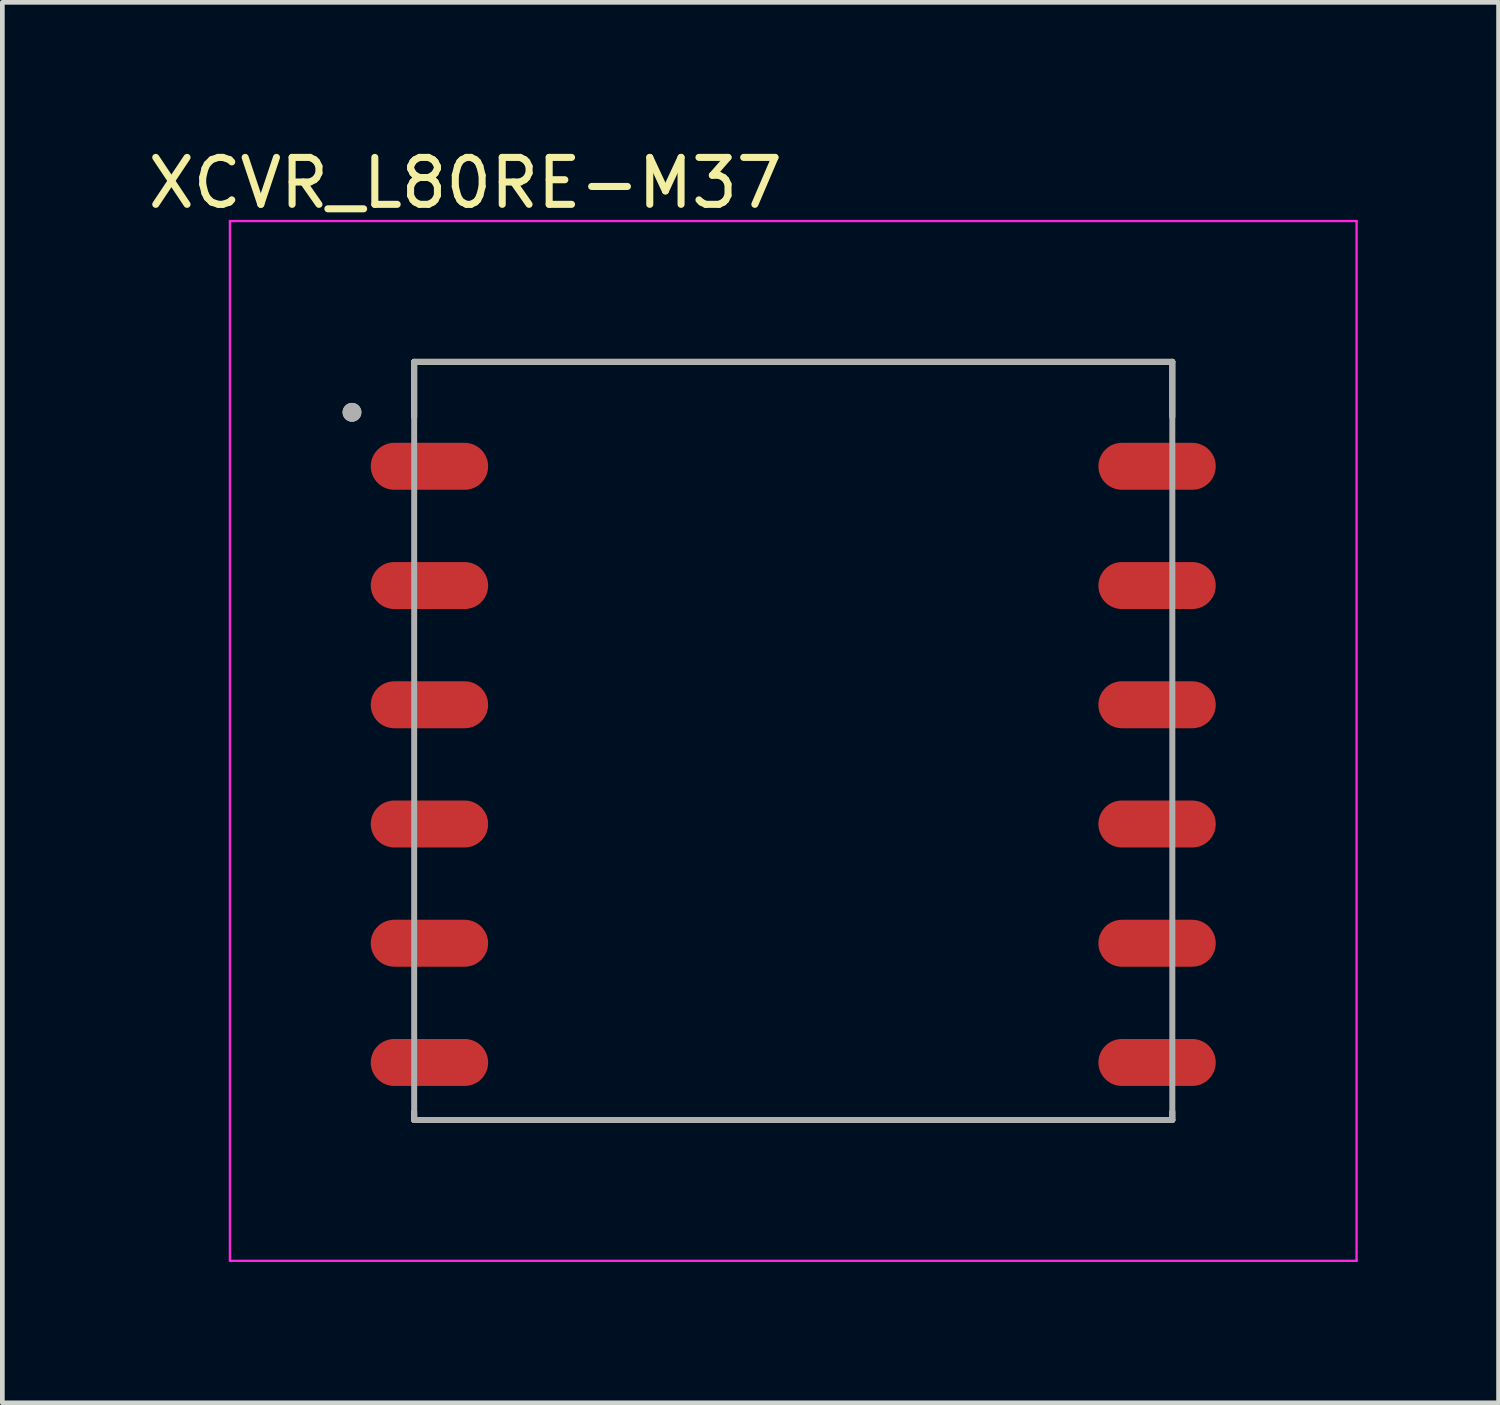
<source format=kicad_pcb>
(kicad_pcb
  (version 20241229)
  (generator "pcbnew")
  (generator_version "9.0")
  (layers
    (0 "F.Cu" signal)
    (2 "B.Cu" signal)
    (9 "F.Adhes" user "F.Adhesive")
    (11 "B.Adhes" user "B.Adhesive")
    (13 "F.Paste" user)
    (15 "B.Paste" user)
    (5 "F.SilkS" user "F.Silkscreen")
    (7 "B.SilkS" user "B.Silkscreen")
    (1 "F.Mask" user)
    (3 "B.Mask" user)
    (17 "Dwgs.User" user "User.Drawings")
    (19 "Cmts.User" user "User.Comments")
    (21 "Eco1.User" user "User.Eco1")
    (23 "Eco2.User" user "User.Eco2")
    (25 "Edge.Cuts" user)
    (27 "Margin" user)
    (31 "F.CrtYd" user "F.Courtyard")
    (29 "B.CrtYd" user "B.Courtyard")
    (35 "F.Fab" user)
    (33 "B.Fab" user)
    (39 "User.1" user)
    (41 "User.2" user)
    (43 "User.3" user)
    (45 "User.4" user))
  (footprint "XCVR_L80RE-M37"
    (layer "F.Cu")
    (at 13.848 13.233)
    (property "Reference" "XCVR_L80RE-M37" (at -6.985 -12.385 0) (layer "F.SilkS") (effects (font (size 1 1) (thickness 0.15))))
    (attr smd)
    (fp_line (start -8.075 -8.575) (end -8.075 -7.4) (stroke (width 0.127) (type solid)) (layer "F.SilkS"))
    (fp_line (start -8.075 -8.575) (end 8.075 -8.575) (stroke (width 0.127) (type solid)) (layer "F.SilkS"))
    (fp_line (start -8.075 7.575) (end -8.075 7.4) (stroke (width 0.127) (type solid)) (layer "F.SilkS"))
    (fp_line (start 8.075 -8.575) (end 8.075 -7.4) (stroke (width 0.127) (type solid)) (layer "F.SilkS"))
    (fp_line (start 8.075 7.575) (end -8.075 7.575) (stroke (width 0.127) (type solid)) (layer "F.SilkS"))
    (fp_line (start 8.075 7.575) (end 8.075 7.4) (stroke (width 0.127) (type solid)) (layer "F.SilkS"))
    (fp_circle (center -9.4 -7.5) (end -9.3 -7.5) (stroke (width 0.2) (type solid)) (fill no) (layer "F.SilkS"))
    (fp_poly (pts (xy -8 -6.85) (xy -7.1 -6.85) (xy -7.048 -6.847) (xy -6.996 -6.839) (xy -6.945 -6.826) (xy -6.897 -6.807) (xy -6.85 -6.783) (xy -6.806 -6.755) (xy -6.765 -6.722) (xy -6.728 -6.685) (xy -6.695 -6.644) (xy -6.667 -6.6) (xy -6.643 -6.553) (xy -6.624 -6.505) (xy -6.611 -6.454) (xy -6.603 -6.402) (xy -6.6 -6.35) (xy -6.603 -6.298) (xy -6.611 -6.246) (xy -6.624 -6.195) (xy -6.643 -6.147) (xy -6.667 -6.1) (xy -6.695 -6.056) (xy -6.728 -6.015) (xy -6.765 -5.978) (xy -6.806 -5.945) (xy -6.85 -5.917) (xy -6.897 -5.893) (xy -6.945 -5.874) (xy -6.996 -5.861) (xy -7.048 -5.853) (xy -7.1 -5.85) (xy -8.9 -5.85) (xy -8.952 -5.853) (xy -9.004 -5.861) (xy -9.055 -5.874) (xy -9.103 -5.893) (xy -9.15 -5.917) (xy -9.194 -5.945) (xy -9.235 -5.978) (xy -9.272 -6.015) (xy -9.305 -6.056) (xy -9.333 -6.1) (xy -9.357 -6.147) (xy -9.376 -6.195) (xy -9.389 -6.246) (xy -9.397 -6.298) (xy -9.4 -6.35) (xy -9.397 -6.402) (xy -9.389 -6.454) (xy -9.376 -6.505) (xy -9.357 -6.553) (xy -9.333 -6.6) (xy -9.305 -6.644) (xy -9.272 -6.685) (xy -9.235 -6.722) (xy -9.194 -6.755) (xy -9.15 -6.783) (xy -9.103 -6.807) (xy -9.055 -6.826) (xy -9.004 -6.839) (xy -8.952 -6.847) (xy -8.9 -6.85) (xy -8 -6.85)) (stroke (width 0.0001) (type solid)) (fill yes) (layer "F.Paste"))
    (fp_poly (pts (xy -8 -4.31) (xy -7.1 -4.31) (xy -7.048 -4.307) (xy -6.996 -4.299) (xy -6.945 -4.286) (xy -6.897 -4.267) (xy -6.85 -4.243) (xy -6.806 -4.215) (xy -6.765 -4.182) (xy -6.728 -4.145) (xy -6.695 -4.104) (xy -6.667 -4.06) (xy -6.643 -4.013) (xy -6.624 -3.965) (xy -6.611 -3.914) (xy -6.603 -3.862) (xy -6.6 -3.81) (xy -6.603 -3.758) (xy -6.611 -3.706) (xy -6.624 -3.655) (xy -6.643 -3.607) (xy -6.667 -3.56) (xy -6.695 -3.516) (xy -6.728 -3.475) (xy -6.765 -3.438) (xy -6.806 -3.405) (xy -6.85 -3.377) (xy -6.897 -3.353) (xy -6.945 -3.334) (xy -6.996 -3.321) (xy -7.048 -3.313) (xy -7.1 -3.31) (xy -8.9 -3.31) (xy -8.952 -3.313) (xy -9.004 -3.321) (xy -9.055 -3.334) (xy -9.103 -3.353) (xy -9.15 -3.377) (xy -9.194 -3.405) (xy -9.235 -3.438) (xy -9.272 -3.475) (xy -9.305 -3.516) (xy -9.333 -3.56) (xy -9.357 -3.607) (xy -9.376 -3.655) (xy -9.389 -3.706) (xy -9.397 -3.758) (xy -9.4 -3.81) (xy -9.397 -3.862) (xy -9.389 -3.914) (xy -9.376 -3.965) (xy -9.357 -4.013) (xy -9.333 -4.06) (xy -9.305 -4.104) (xy -9.272 -4.145) (xy -9.235 -4.182) (xy -9.194 -4.215) (xy -9.15 -4.243) (xy -9.103 -4.267) (xy -9.055 -4.286) (xy -9.004 -4.299) (xy -8.952 -4.307) (xy -8.9 -4.31) (xy -8 -4.31)) (stroke (width 0.0001) (type solid)) (fill yes) (layer "F.Paste"))
    (fp_poly (pts (xy -8 -1.77) (xy -7.1 -1.77) (xy -7.048 -1.767) (xy -6.996 -1.759) (xy -6.945 -1.746) (xy -6.897 -1.727) (xy -6.85 -1.703) (xy -6.806 -1.675) (xy -6.765 -1.642) (xy -6.728 -1.605) (xy -6.695 -1.564) (xy -6.667 -1.52) (xy -6.643 -1.473) (xy -6.624 -1.425) (xy -6.611 -1.374) (xy -6.603 -1.322) (xy -6.6 -1.27) (xy -6.603 -1.218) (xy -6.611 -1.166) (xy -6.624 -1.115) (xy -6.643 -1.067) (xy -6.667 -1.02) (xy -6.695 -0.976) (xy -6.728 -0.935) (xy -6.765 -0.898) (xy -6.806 -0.865) (xy -6.85 -0.837) (xy -6.897 -0.813) (xy -6.945 -0.794) (xy -6.996 -0.781) (xy -7.048 -0.773) (xy -7.1 -0.77) (xy -8.9 -0.77) (xy -8.952 -0.773) (xy -9.004 -0.781) (xy -9.055 -0.794) (xy -9.103 -0.813) (xy -9.15 -0.837) (xy -9.194 -0.865) (xy -9.235 -0.898) (xy -9.272 -0.935) (xy -9.305 -0.976) (xy -9.333 -1.02) (xy -9.357 -1.067) (xy -9.376 -1.115) (xy -9.389 -1.166) (xy -9.397 -1.218) (xy -9.4 -1.27) (xy -9.397 -1.322) (xy -9.389 -1.374) (xy -9.376 -1.425) (xy -9.357 -1.473) (xy -9.333 -1.52) (xy -9.305 -1.564) (xy -9.272 -1.605) (xy -9.235 -1.642) (xy -9.194 -1.675) (xy -9.15 -1.703) (xy -9.103 -1.727) (xy -9.055 -1.746) (xy -9.004 -1.759) (xy -8.952 -1.767) (xy -8.9 -1.77) (xy -8 -1.77)) (stroke (width 0.0001) (type solid)) (fill yes) (layer "F.Paste"))
    (fp_poly (pts (xy -8 0.77) (xy -7.1 0.77) (xy -7.048 0.773) (xy -6.996 0.781) (xy -6.945 0.794) (xy -6.897 0.813) (xy -6.85 0.837) (xy -6.806 0.865) (xy -6.765 0.898) (xy -6.728 0.935) (xy -6.695 0.976) (xy -6.667 1.02) (xy -6.643 1.067) (xy -6.624 1.115) (xy -6.611 1.166) (xy -6.603 1.218) (xy -6.6 1.27) (xy -6.603 1.322) (xy -6.611 1.374) (xy -6.624 1.425) (xy -6.643 1.473) (xy -6.667 1.52) (xy -6.695 1.564) (xy -6.728 1.605) (xy -6.765 1.642) (xy -6.806 1.675) (xy -6.85 1.703) (xy -6.897 1.727) (xy -6.945 1.746) (xy -6.996 1.759) (xy -7.048 1.767) (xy -7.1 1.77) (xy -8.9 1.77) (xy -8.952 1.767) (xy -9.004 1.759) (xy -9.055 1.746) (xy -9.103 1.727) (xy -9.15 1.703) (xy -9.194 1.675) (xy -9.235 1.642) (xy -9.272 1.605) (xy -9.305 1.564) (xy -9.333 1.52) (xy -9.357 1.473) (xy -9.376 1.425) (xy -9.389 1.374) (xy -9.397 1.322) (xy -9.4 1.27) (xy -9.397 1.218) (xy -9.389 1.166) (xy -9.376 1.115) (xy -9.357 1.067) (xy -9.333 1.02) (xy -9.305 0.976) (xy -9.272 0.935) (xy -9.235 0.898) (xy -9.194 0.865) (xy -9.15 0.837) (xy -9.103 0.813) (xy -9.055 0.794) (xy -9.004 0.781) (xy -8.952 0.773) (xy -8.9 0.77) (xy -8 0.77)) (stroke (width 0.0001) (type solid)) (fill yes) (layer "F.Paste"))
    (fp_poly (pts (xy -8 3.31) (xy -7.1 3.31) (xy -7.048 3.313) (xy -6.996 3.321) (xy -6.945 3.334) (xy -6.897 3.353) (xy -6.85 3.377) (xy -6.806 3.405) (xy -6.765 3.438) (xy -6.728 3.475) (xy -6.695 3.516) (xy -6.667 3.56) (xy -6.643 3.607) (xy -6.624 3.655) (xy -6.611 3.706) (xy -6.603 3.758) (xy -6.6 3.81) (xy -6.603 3.862) (xy -6.611 3.914) (xy -6.624 3.965) (xy -6.643 4.013) (xy -6.667 4.06) (xy -6.695 4.104) (xy -6.728 4.145) (xy -6.765 4.182) (xy -6.806 4.215) (xy -6.85 4.243) (xy -6.897 4.267) (xy -6.945 4.286) (xy -6.996 4.299) (xy -7.048 4.307) (xy -7.1 4.31) (xy -8.9 4.31) (xy -8.952 4.307) (xy -9.004 4.299) (xy -9.055 4.286) (xy -9.103 4.267) (xy -9.15 4.243) (xy -9.194 4.215) (xy -9.235 4.182) (xy -9.272 4.145) (xy -9.305 4.104) (xy -9.333 4.06) (xy -9.357 4.013) (xy -9.376 3.965) (xy -9.389 3.914) (xy -9.397 3.862) (xy -9.4 3.81) (xy -9.397 3.758) (xy -9.389 3.706) (xy -9.376 3.655) (xy -9.357 3.607) (xy -9.333 3.56) (xy -9.305 3.516) (xy -9.272 3.475) (xy -9.235 3.438) (xy -9.194 3.405) (xy -9.15 3.377) (xy -9.103 3.353) (xy -9.055 3.334) (xy -9.004 3.321) (xy -8.952 3.313) (xy -8.9 3.31) (xy -8 3.31)) (stroke (width 0.0001) (type solid)) (fill yes) (layer "F.Paste"))
    (fp_poly (pts (xy -8 5.85) (xy -7.1 5.85) (xy -7.048 5.853) (xy -6.996 5.861) (xy -6.945 5.874) (xy -6.897 5.893) (xy -6.85 5.917) (xy -6.806 5.945) (xy -6.765 5.978) (xy -6.728 6.015) (xy -6.695 6.056) (xy -6.667 6.1) (xy -6.643 6.147) (xy -6.624 6.195) (xy -6.611 6.246) (xy -6.603 6.298) (xy -6.6 6.35) (xy -6.603 6.402) (xy -6.611 6.454) (xy -6.624 6.505) (xy -6.643 6.553) (xy -6.667 6.6) (xy -6.695 6.644) (xy -6.728 6.685) (xy -6.765 6.722) (xy -6.806 6.755) (xy -6.85 6.783) (xy -6.897 6.807) (xy -6.945 6.826) (xy -6.996 6.839) (xy -7.048 6.847) (xy -7.1 6.85) (xy -8.9 6.85) (xy -8.952 6.847) (xy -9.004 6.839) (xy -9.055 6.826) (xy -9.103 6.807) (xy -9.15 6.783) (xy -9.194 6.755) (xy -9.235 6.722) (xy -9.272 6.685) (xy -9.305 6.644) (xy -9.333 6.6) (xy -9.357 6.553) (xy -9.376 6.505) (xy -9.389 6.454) (xy -9.397 6.402) (xy -9.4 6.35) (xy -9.397 6.298) (xy -9.389 6.246) (xy -9.376 6.195) (xy -9.357 6.147) (xy -9.333 6.1) (xy -9.305 6.056) (xy -9.272 6.015) (xy -9.235 5.978) (xy -9.194 5.945) (xy -9.15 5.917) (xy -9.103 5.893) (xy -9.055 5.874) (xy -9.004 5.861) (xy -8.952 5.853) (xy -8.9 5.85) (xy -8 5.85)) (stroke (width 0.0001) (type solid)) (fill yes) (layer "F.Paste"))
    (fp_poly (pts (xy 8 -6.85) (xy 8.9 -6.85) (xy 8.952 -6.847) (xy 9.004 -6.839) (xy 9.055 -6.826) (xy 9.103 -6.807) (xy 9.15 -6.783) (xy 9.194 -6.755) (xy 9.235 -6.722) (xy 9.272 -6.685) (xy 9.305 -6.644) (xy 9.333 -6.6) (xy 9.357 -6.553) (xy 9.376 -6.505) (xy 9.389 -6.454) (xy 9.397 -6.402) (xy 9.4 -6.35) (xy 9.397 -6.298) (xy 9.389 -6.246) (xy 9.376 -6.195) (xy 9.357 -6.147) (xy 9.333 -6.1) (xy 9.305 -6.056) (xy 9.272 -6.015) (xy 9.235 -5.978) (xy 9.194 -5.945) (xy 9.15 -5.917) (xy 9.103 -5.893) (xy 9.055 -5.874) (xy 9.004 -5.861) (xy 8.952 -5.853) (xy 8.9 -5.85) (xy 7.1 -5.85) (xy 7.048 -5.853) (xy 6.996 -5.861) (xy 6.945 -5.874) (xy 6.897 -5.893) (xy 6.85 -5.917) (xy 6.806 -5.945) (xy 6.765 -5.978) (xy 6.728 -6.015) (xy 6.695 -6.056) (xy 6.667 -6.1) (xy 6.643 -6.147) (xy 6.624 -6.195) (xy 6.611 -6.246) (xy 6.603 -6.298) (xy 6.6 -6.35) (xy 6.603 -6.402) (xy 6.611 -6.454) (xy 6.624 -6.505) (xy 6.643 -6.553) (xy 6.667 -6.6) (xy 6.695 -6.644) (xy 6.728 -6.685) (xy 6.765 -6.722) (xy 6.806 -6.755) (xy 6.85 -6.783) (xy 6.897 -6.807) (xy 6.945 -6.826) (xy 6.996 -6.839) (xy 7.048 -6.847) (xy 7.1 -6.85) (xy 8 -6.85)) (stroke (width 0.0001) (type solid)) (fill yes) (layer "F.Paste"))
    (fp_poly (pts (xy 8 -4.31) (xy 8.9 -4.31) (xy 8.952 -4.307) (xy 9.004 -4.299) (xy 9.055 -4.286) (xy 9.103 -4.267) (xy 9.15 -4.243) (xy 9.194 -4.215) (xy 9.235 -4.182) (xy 9.272 -4.145) (xy 9.305 -4.104) (xy 9.333 -4.06) (xy 9.357 -4.013) (xy 9.376 -3.965) (xy 9.389 -3.914) (xy 9.397 -3.862) (xy 9.4 -3.81) (xy 9.397 -3.758) (xy 9.389 -3.706) (xy 9.376 -3.655) (xy 9.357 -3.607) (xy 9.333 -3.56) (xy 9.305 -3.516) (xy 9.272 -3.475) (xy 9.235 -3.438) (xy 9.194 -3.405) (xy 9.15 -3.377) (xy 9.103 -3.353) (xy 9.055 -3.334) (xy 9.004 -3.321) (xy 8.952 -3.313) (xy 8.9 -3.31) (xy 7.1 -3.31) (xy 7.048 -3.313) (xy 6.996 -3.321) (xy 6.945 -3.334) (xy 6.897 -3.353) (xy 6.85 -3.377) (xy 6.806 -3.405) (xy 6.765 -3.438) (xy 6.728 -3.475) (xy 6.695 -3.516) (xy 6.667 -3.56) (xy 6.643 -3.607) (xy 6.624 -3.655) (xy 6.611 -3.706) (xy 6.603 -3.758) (xy 6.6 -3.81) (xy 6.603 -3.862) (xy 6.611 -3.914) (xy 6.624 -3.965) (xy 6.643 -4.013) (xy 6.667 -4.06) (xy 6.695 -4.104) (xy 6.728 -4.145) (xy 6.765 -4.182) (xy 6.806 -4.215) (xy 6.85 -4.243) (xy 6.897 -4.267) (xy 6.945 -4.286) (xy 6.996 -4.299) (xy 7.048 -4.307) (xy 7.1 -4.31) (xy 8 -4.31)) (stroke (width 0.0001) (type solid)) (fill yes) (layer "F.Paste"))
    (fp_poly (pts (xy 8 -1.77) (xy 8.9 -1.77) (xy 8.952 -1.767) (xy 9.004 -1.759) (xy 9.055 -1.746) (xy 9.103 -1.727) (xy 9.15 -1.703) (xy 9.194 -1.675) (xy 9.235 -1.642) (xy 9.272 -1.605) (xy 9.305 -1.564) (xy 9.333 -1.52) (xy 9.357 -1.473) (xy 9.376 -1.425) (xy 9.389 -1.374) (xy 9.397 -1.322) (xy 9.4 -1.27) (xy 9.397 -1.218) (xy 9.389 -1.166) (xy 9.376 -1.115) (xy 9.357 -1.067) (xy 9.333 -1.02) (xy 9.305 -0.976) (xy 9.272 -0.935) (xy 9.235 -0.898) (xy 9.194 -0.865) (xy 9.15 -0.837) (xy 9.103 -0.813) (xy 9.055 -0.794) (xy 9.004 -0.781) (xy 8.952 -0.773) (xy 8.9 -0.77) (xy 7.1 -0.77) (xy 7.048 -0.773) (xy 6.996 -0.781) (xy 6.945 -0.794) (xy 6.897 -0.813) (xy 6.85 -0.837) (xy 6.806 -0.865) (xy 6.765 -0.898) (xy 6.728 -0.935) (xy 6.695 -0.976) (xy 6.667 -1.02) (xy 6.643 -1.067) (xy 6.624 -1.115) (xy 6.611 -1.166) (xy 6.603 -1.218) (xy 6.6 -1.27) (xy 6.603 -1.322) (xy 6.611 -1.374) (xy 6.624 -1.425) (xy 6.643 -1.473) (xy 6.667 -1.52) (xy 6.695 -1.564) (xy 6.728 -1.605) (xy 6.765 -1.642) (xy 6.806 -1.675) (xy 6.85 -1.703) (xy 6.897 -1.727) (xy 6.945 -1.746) (xy 6.996 -1.759) (xy 7.048 -1.767) (xy 7.1 -1.77) (xy 8 -1.77)) (stroke (width 0.0001) (type solid)) (fill yes) (layer "F.Paste"))
    (fp_poly (pts (xy 8 0.77) (xy 8.9 0.77) (xy 8.952 0.773) (xy 9.004 0.781) (xy 9.055 0.794) (xy 9.103 0.813) (xy 9.15 0.837) (xy 9.194 0.865) (xy 9.235 0.898) (xy 9.272 0.935) (xy 9.305 0.976) (xy 9.333 1.02) (xy 9.357 1.067) (xy 9.376 1.115) (xy 9.389 1.166) (xy 9.397 1.218) (xy 9.4 1.27) (xy 9.397 1.322) (xy 9.389 1.374) (xy 9.376 1.425) (xy 9.357 1.473) (xy 9.333 1.52) (xy 9.305 1.564) (xy 9.272 1.605) (xy 9.235 1.642) (xy 9.194 1.675) (xy 9.15 1.703) (xy 9.103 1.727) (xy 9.055 1.746) (xy 9.004 1.759) (xy 8.952 1.767) (xy 8.9 1.77) (xy 7.1 1.77) (xy 7.048 1.767) (xy 6.996 1.759) (xy 6.945 1.746) (xy 6.897 1.727) (xy 6.85 1.703) (xy 6.806 1.675) (xy 6.765 1.642) (xy 6.728 1.605) (xy 6.695 1.564) (xy 6.667 1.52) (xy 6.643 1.473) (xy 6.624 1.425) (xy 6.611 1.374) (xy 6.603 1.322) (xy 6.6 1.27) (xy 6.603 1.218) (xy 6.611 1.166) (xy 6.624 1.115) (xy 6.643 1.067) (xy 6.667 1.02) (xy 6.695 0.976) (xy 6.728 0.935) (xy 6.765 0.898) (xy 6.806 0.865) (xy 6.85 0.837) (xy 6.897 0.813) (xy 6.945 0.794) (xy 6.996 0.781) (xy 7.048 0.773) (xy 7.1 0.77) (xy 8 0.77)) (stroke (width 0.0001) (type solid)) (fill yes) (layer "F.Paste"))
    (fp_poly (pts (xy 8 3.31) (xy 8.9 3.31) (xy 8.952 3.313) (xy 9.004 3.321) (xy 9.055 3.334) (xy 9.103 3.353) (xy 9.15 3.377) (xy 9.194 3.405) (xy 9.235 3.438) (xy 9.272 3.475) (xy 9.305 3.516) (xy 9.333 3.56) (xy 9.357 3.607) (xy 9.376 3.655) (xy 9.389 3.706) (xy 9.397 3.758) (xy 9.4 3.81) (xy 9.397 3.862) (xy 9.389 3.914) (xy 9.376 3.965) (xy 9.357 4.013) (xy 9.333 4.06) (xy 9.305 4.104) (xy 9.272 4.145) (xy 9.235 4.182) (xy 9.194 4.215) (xy 9.15 4.243) (xy 9.103 4.267) (xy 9.055 4.286) (xy 9.004 4.299) (xy 8.952 4.307) (xy 8.9 4.31) (xy 7.1 4.31) (xy 7.048 4.307) (xy 6.996 4.299) (xy 6.945 4.286) (xy 6.897 4.267) (xy 6.85 4.243) (xy 6.806 4.215) (xy 6.765 4.182) (xy 6.728 4.145) (xy 6.695 4.104) (xy 6.667 4.06) (xy 6.643 4.013) (xy 6.624 3.965) (xy 6.611 3.914) (xy 6.603 3.862) (xy 6.6 3.81) (xy 6.603 3.758) (xy 6.611 3.706) (xy 6.624 3.655) (xy 6.643 3.607) (xy 6.667 3.56) (xy 6.695 3.516) (xy 6.728 3.475) (xy 6.765 3.438) (xy 6.806 3.405) (xy 6.85 3.377) (xy 6.897 3.353) (xy 6.945 3.334) (xy 6.996 3.321) (xy 7.048 3.313) (xy 7.1 3.31) (xy 8 3.31)) (stroke (width 0.0001) (type solid)) (fill yes) (layer "F.Paste"))
    (fp_poly (pts (xy 8 5.85) (xy 8.9 5.85) (xy 8.952 5.853) (xy 9.004 5.861) (xy 9.055 5.874) (xy 9.103 5.893) (xy 9.15 5.917) (xy 9.194 5.945) (xy 9.235 5.978) (xy 9.272 6.015) (xy 9.305 6.056) (xy 9.333 6.1) (xy 9.357 6.147) (xy 9.376 6.195) (xy 9.389 6.246) (xy 9.397 6.298) (xy 9.4 6.35) (xy 9.397 6.402) (xy 9.389 6.454) (xy 9.376 6.505) (xy 9.357 6.553) (xy 9.333 6.6) (xy 9.305 6.644) (xy 9.272 6.685) (xy 9.235 6.722) (xy 9.194 6.755) (xy 9.15 6.783) (xy 9.103 6.807) (xy 9.055 6.826) (xy 9.004 6.839) (xy 8.952 6.847) (xy 8.9 6.85) (xy 7.1 6.85) (xy 7.048 6.847) (xy 6.996 6.839) (xy 6.945 6.826) (xy 6.897 6.807) (xy 6.85 6.783) (xy 6.806 6.755) (xy 6.765 6.722) (xy 6.728 6.685) (xy 6.695 6.644) (xy 6.667 6.6) (xy 6.643 6.553) (xy 6.624 6.505) (xy 6.611 6.454) (xy 6.603 6.402) (xy 6.6 6.35) (xy 6.603 6.298) (xy 6.611 6.246) (xy 6.624 6.195) (xy 6.643 6.147) (xy 6.667 6.1) (xy 6.695 6.056) (xy 6.728 6.015) (xy 6.765 5.978) (xy 6.806 5.945) (xy 6.85 5.917) (xy 6.897 5.893) (xy 6.945 5.874) (xy 6.996 5.861) (xy 7.048 5.853) (xy 7.1 5.85) (xy 8 5.85)) (stroke (width 0.0001) (type solid)) (fill yes) (layer "F.Paste"))
    (fp_line (start -12 -11.575) (end 12 -11.575) (stroke (width 0.05) (type solid)) (layer "F.CrtYd"))
    (fp_line (start -12 10.575) (end -12 -11.575) (stroke (width 0.05) (type solid)) (layer "F.CrtYd"))
    (fp_line (start 12 -11.575) (end 12 10.575) (stroke (width 0.05) (type solid)) (layer "F.CrtYd"))
    (fp_line (start 12 10.575) (end -12 10.575) (stroke (width 0.05) (type solid)) (layer "F.CrtYd"))
    (fp_line (start -8.075 -8.575) (end 8.075 -8.575) (stroke (width 0.127) (type solid)) (layer "F.Fab"))
    (fp_line (start -8.075 7.575) (end -8.075 -8.575) (stroke (width 0.127) (type solid)) (layer "F.Fab"))
    (fp_line (start 8.075 -8.575) (end 8.075 7.575) (stroke (width 0.127) (type solid)) (layer "F.Fab"))
    (fp_line (start 8.075 7.575) (end -8.075 7.575) (stroke (width 0.127) (type solid)) (layer "F.Fab"))
    (fp_circle (center -9.4 -7.5) (end -9.3 -7.5) (stroke (width 0.2) (type solid)) (fill no) (layer "F.Fab"))
    (pad "1" smd oval (at -7.75 -6.35) (size 2.5 1) (layers "F.Cu" "F.Mask"))
    (pad "2" smd oval (at -7.75 -3.81) (size 2.5 1) (layers "F.Cu" "F.Mask"))
    (pad "3" smd oval (at -7.75 -1.27) (size 2.5 1) (layers "F.Cu" "F.Mask"))
    (pad "4" smd oval (at -7.75 1.27) (size 2.5 1) (layers "F.Cu" "F.Mask"))
    (pad "5" smd oval (at -7.75 3.81) (size 2.5 1) (layers "F.Cu" "F.Mask"))
    (pad "6" smd oval (at -7.75 6.35) (size 2.5 1) (layers "F.Cu" "F.Mask"))
    (pad "7" smd oval (at 7.75 6.35) (size 2.5 1) (layers "F.Cu" "F.Mask"))
    (pad "8" smd oval (at 7.75 3.81) (size 2.5 1) (layers "F.Cu" "F.Mask"))
    (pad "9" smd oval (at 7.75 1.27) (size 2.5 1) (layers "F.Cu" "F.Mask"))
    (pad "10" smd oval (at 7.75 -1.27) (size 2.5 1) (layers "F.Cu" "F.Mask"))
    (pad "11" smd oval (at 7.75 -3.81) (size 2.5 1) (layers "F.Cu" "F.Mask"))
    (pad "12" smd oval (at 7.75 -6.35) (size 2.5 1) (layers "F.Cu" "F.Mask")))
  (gr_rect
    (start -3 -3)
    (end 28.873 26.833)
    (stroke (width 0.1) (type default))
    (fill no)
    (layer "Edge.Cuts")))
</source>
